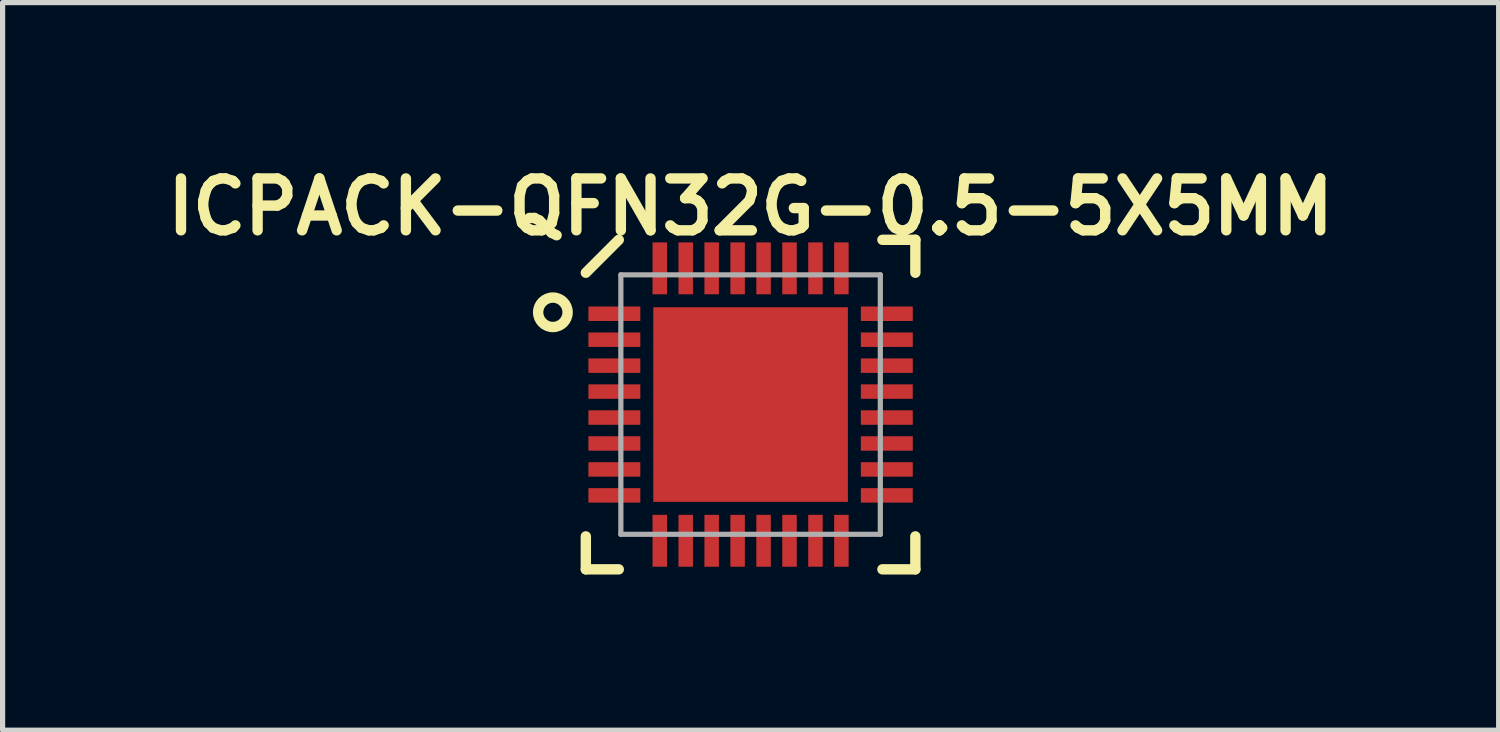
<source format=kicad_pcb>
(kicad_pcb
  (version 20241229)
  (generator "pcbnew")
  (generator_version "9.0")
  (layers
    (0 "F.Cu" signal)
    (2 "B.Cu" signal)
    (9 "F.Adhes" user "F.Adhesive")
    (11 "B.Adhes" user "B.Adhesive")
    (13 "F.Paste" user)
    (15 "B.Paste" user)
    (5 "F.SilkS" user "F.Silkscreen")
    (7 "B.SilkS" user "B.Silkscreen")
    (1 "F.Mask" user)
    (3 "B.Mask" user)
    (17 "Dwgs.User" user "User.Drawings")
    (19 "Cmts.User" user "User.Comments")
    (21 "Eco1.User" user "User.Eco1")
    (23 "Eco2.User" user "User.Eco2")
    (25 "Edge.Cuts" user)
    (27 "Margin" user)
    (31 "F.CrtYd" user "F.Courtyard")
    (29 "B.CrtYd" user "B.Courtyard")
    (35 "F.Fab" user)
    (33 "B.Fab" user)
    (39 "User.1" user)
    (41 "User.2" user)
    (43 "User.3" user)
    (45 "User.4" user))
  (footprint "ICPACK-QFN32G-0.5-5X5MM"
    (layer "F.Cu")
    (at 11.414 4.746)
    (property "Reference" "ICPACK-QFN32G-0.5-5X5MM" (at 0 -3.81 0) (layer "F.SilkS") (effects (font (size 1 1) (thickness 0.2))))
    (attr smd)
    (fp_line (start -3.175 -2.54) (end -2.54 -3.175) (stroke (width 0.2) (type solid)) (layer "F.SilkS"))
    (fp_line (start -3.175 3.175) (end -3.175 2.54) (stroke (width 0.2) (type solid)) (layer "F.SilkS"))
    (fp_line (start -2.54 3.175) (end -3.175 3.175) (stroke (width 0.2) (type solid)) (layer "F.SilkS"))
    (fp_line (start 2.54 -3.175) (end 3.175 -3.175) (stroke (width 0.2) (type solid)) (layer "F.SilkS"))
    (fp_line (start 2.54 3.175) (end 3.175 3.175) (stroke (width 0.2) (type solid)) (layer "F.SilkS"))
    (fp_line (start 3.175 -3.175) (end 3.175 -2.54) (stroke (width 0.2) (type solid)) (layer "F.SilkS"))
    (fp_line (start 3.175 3.175) (end 3.175 2.54) (stroke (width 0.2) (type solid)) (layer "F.SilkS"))
    (fp_circle (center -3.81 -1.778) (end -3.556 -1.651) (stroke (width 0.2) (type solid)) (fill no) (layer "F.SilkS"))
    (fp_circle (center -1.25 -1.25) (end -1.185 -1.185) (stroke (width 0.53) (type solid)) (fill no) (layer "F.Paste"))
    (fp_circle (center -1.25 0) (end -1.185 0.065) (stroke (width 0.53) (type solid)) (fill no) (layer "F.Paste"))
    (fp_circle (center -1.25 1.25) (end -1.185 1.315) (stroke (width 0.53) (type solid)) (fill no) (layer "F.Paste"))
    (fp_circle (center 0 -1.25) (end 0.065 -1.185) (stroke (width 0.53) (type solid)) (fill no) (layer "F.Paste"))
    (fp_circle (center 0 0) (end 0.065 0.065) (stroke (width 0.53) (type solid)) (fill no) (layer "F.Paste"))
    (fp_circle (center 0 1.25) (end 0.065 1.315) (stroke (width 0.53) (type solid)) (fill no) (layer "F.Paste"))
    (fp_circle (center 1.25 -1.25) (end 1.315 -1.185) (stroke (width 0.53) (type solid)) (fill no) (layer "F.Paste"))
    (fp_circle (center 1.25 0) (end 1.315 0.065) (stroke (width 0.53) (type solid)) (fill no) (layer "F.Paste"))
    (fp_circle (center 1.25 1.25) (end 1.315 1.315) (stroke (width 0.53) (type solid)) (fill no) (layer "F.Paste"))
    (fp_line (start -2.5 -2.5) (end 2.5 -2.5) (stroke (width 0.1) (type solid)) (layer "F.Fab"))
    (fp_line (start -2.5 2.5) (end -2.5 -2.5) (stroke (width 0.1) (type solid)) (layer "F.Fab"))
    (fp_line (start 2.5 -2.5) (end 2.5 2.5) (stroke (width 0.1) (type solid)) (layer "F.Fab"))
    (fp_line (start 2.5 2.5) (end -2.5 2.5) (stroke (width 0.1) (type solid)) (layer "F.Fab"))
    (pad "1" smd rect (at -2.625 -1.75) (size 1 0.279) (layers "F.Cu" "F.Mask" "F.Paste"))
    (pad "2" smd rect (at -2.625 -1.25) (size 1 0.279) (layers "F.Cu" "F.Mask" "F.Paste"))
    (pad "3" smd rect (at -2.625 -0.75) (size 1 0.279) (layers "F.Cu" "F.Mask" "F.Paste"))
    (pad "4" smd rect (at -2.625 -0.25) (size 1 0.279) (layers "F.Cu" "F.Mask" "F.Paste"))
    (pad "5" smd rect (at -2.625 0.25) (size 1 0.279) (layers "F.Cu" "F.Mask" "F.Paste"))
    (pad "6" smd rect (at -2.625 0.75) (size 1 0.279) (layers "F.Cu" "F.Mask" "F.Paste"))
    (pad "7" smd rect (at -2.625 1.25) (size 1 0.279) (layers "F.Cu" "F.Mask" "F.Paste"))
    (pad "8" smd rect (at -2.625 1.75) (size 1 0.279) (layers "F.Cu" "F.Mask" "F.Paste"))
    (pad "9" smd rect (at -1.75 2.625 90) (size 1 0.279) (layers "F.Cu" "F.Mask" "F.Paste"))
    (pad "10" smd rect (at -1.25 2.625 90) (size 1 0.279) (layers "F.Cu" "F.Mask" "F.Paste"))
    (pad "11" smd rect (at -0.75 2.625 90) (size 1 0.279) (layers "F.Cu" "F.Mask" "F.Paste"))
    (pad "12" smd rect (at -0.25 2.625 90) (size 1 0.279) (layers "F.Cu" "F.Mask" "F.Paste"))
    (pad "13" smd rect (at 0.25 2.625 90) (size 1 0.279) (layers "F.Cu" "F.Mask" "F.Paste"))
    (pad "14" smd rect (at 0.75 2.625 90) (size 1 0.279) (layers "F.Cu" "F.Mask" "F.Paste"))
    (pad "15" smd rect (at 1.25 2.625 90) (size 1 0.279) (layers "F.Cu" "F.Mask" "F.Paste"))
    (pad "16" smd rect (at 1.75 2.625 90) (size 1 0.279) (layers "F.Cu" "F.Mask" "F.Paste"))
    (pad "17" smd rect (at 2.625 1.75 180) (size 1 0.279) (layers "F.Cu" "F.Mask" "F.Paste"))
    (pad "18" smd rect (at 2.625 1.25 180) (size 1 0.279) (layers "F.Cu" "F.Mask" "F.Paste"))
    (pad "19" smd rect (at 2.625 0.75 180) (size 1 0.279) (layers "F.Cu" "F.Mask" "F.Paste"))
    (pad "20" smd rect (at 2.625 0.25 180) (size 1 0.279) (layers "F.Cu" "F.Mask" "F.Paste"))
    (pad "21" smd rect (at 2.625 -0.25 180) (size 1 0.279) (layers "F.Cu" "F.Mask" "F.Paste"))
    (pad "22" smd rect (at 2.625 -0.75 180) (size 1 0.279) (layers "F.Cu" "F.Mask" "F.Paste"))
    (pad "23" smd rect (at 2.625 -1.25 180) (size 1 0.279) (layers "F.Cu" "F.Mask" "F.Paste"))
    (pad "24" smd rect (at 2.625 -1.75 180) (size 1 0.279) (layers "F.Cu" "F.Mask" "F.Paste"))
    (pad "25" smd rect (at 1.75 -2.625 270) (size 1 0.279) (layers "F.Cu" "F.Mask" "F.Paste"))
    (pad "26" smd rect (at 1.25 -2.625 270) (size 1 0.279) (layers "F.Cu" "F.Mask" "F.Paste"))
    (pad "27" smd rect (at 0.75 -2.625 270) (size 1 0.279) (layers "F.Cu" "F.Mask" "F.Paste"))
    (pad "28" smd rect (at 0.25 -2.625 270) (size 1 0.279) (layers "F.Cu" "F.Mask" "F.Paste"))
    (pad "29" smd rect (at -0.25 -2.625 270) (size 1 0.279) (layers "F.Cu" "F.Mask" "F.Paste"))
    (pad "30" smd rect (at -0.75 -2.625 270) (size 1 0.279) (layers "F.Cu" "F.Mask" "F.Paste"))
    (pad "31" smd rect (at -1.25 -2.625 270) (size 1 0.279) (layers "F.Cu" "F.Mask" "F.Paste"))
    (pad "32" smd rect (at -1.75 -2.625 270) (size 1 0.279) (layers "F.Cu" "F.Mask" "F.Paste"))
    (pad "33" smd rect (at 0 0) (size 3.75 3.75) (layers "F.Cu" "F.Mask")))
  (gr_rect
    (start -3 -3)
    (end 25.829 11.021)
    (stroke (width 0.1) (type default))
    (fill no)
    (layer "Edge.Cuts")))
</source>
